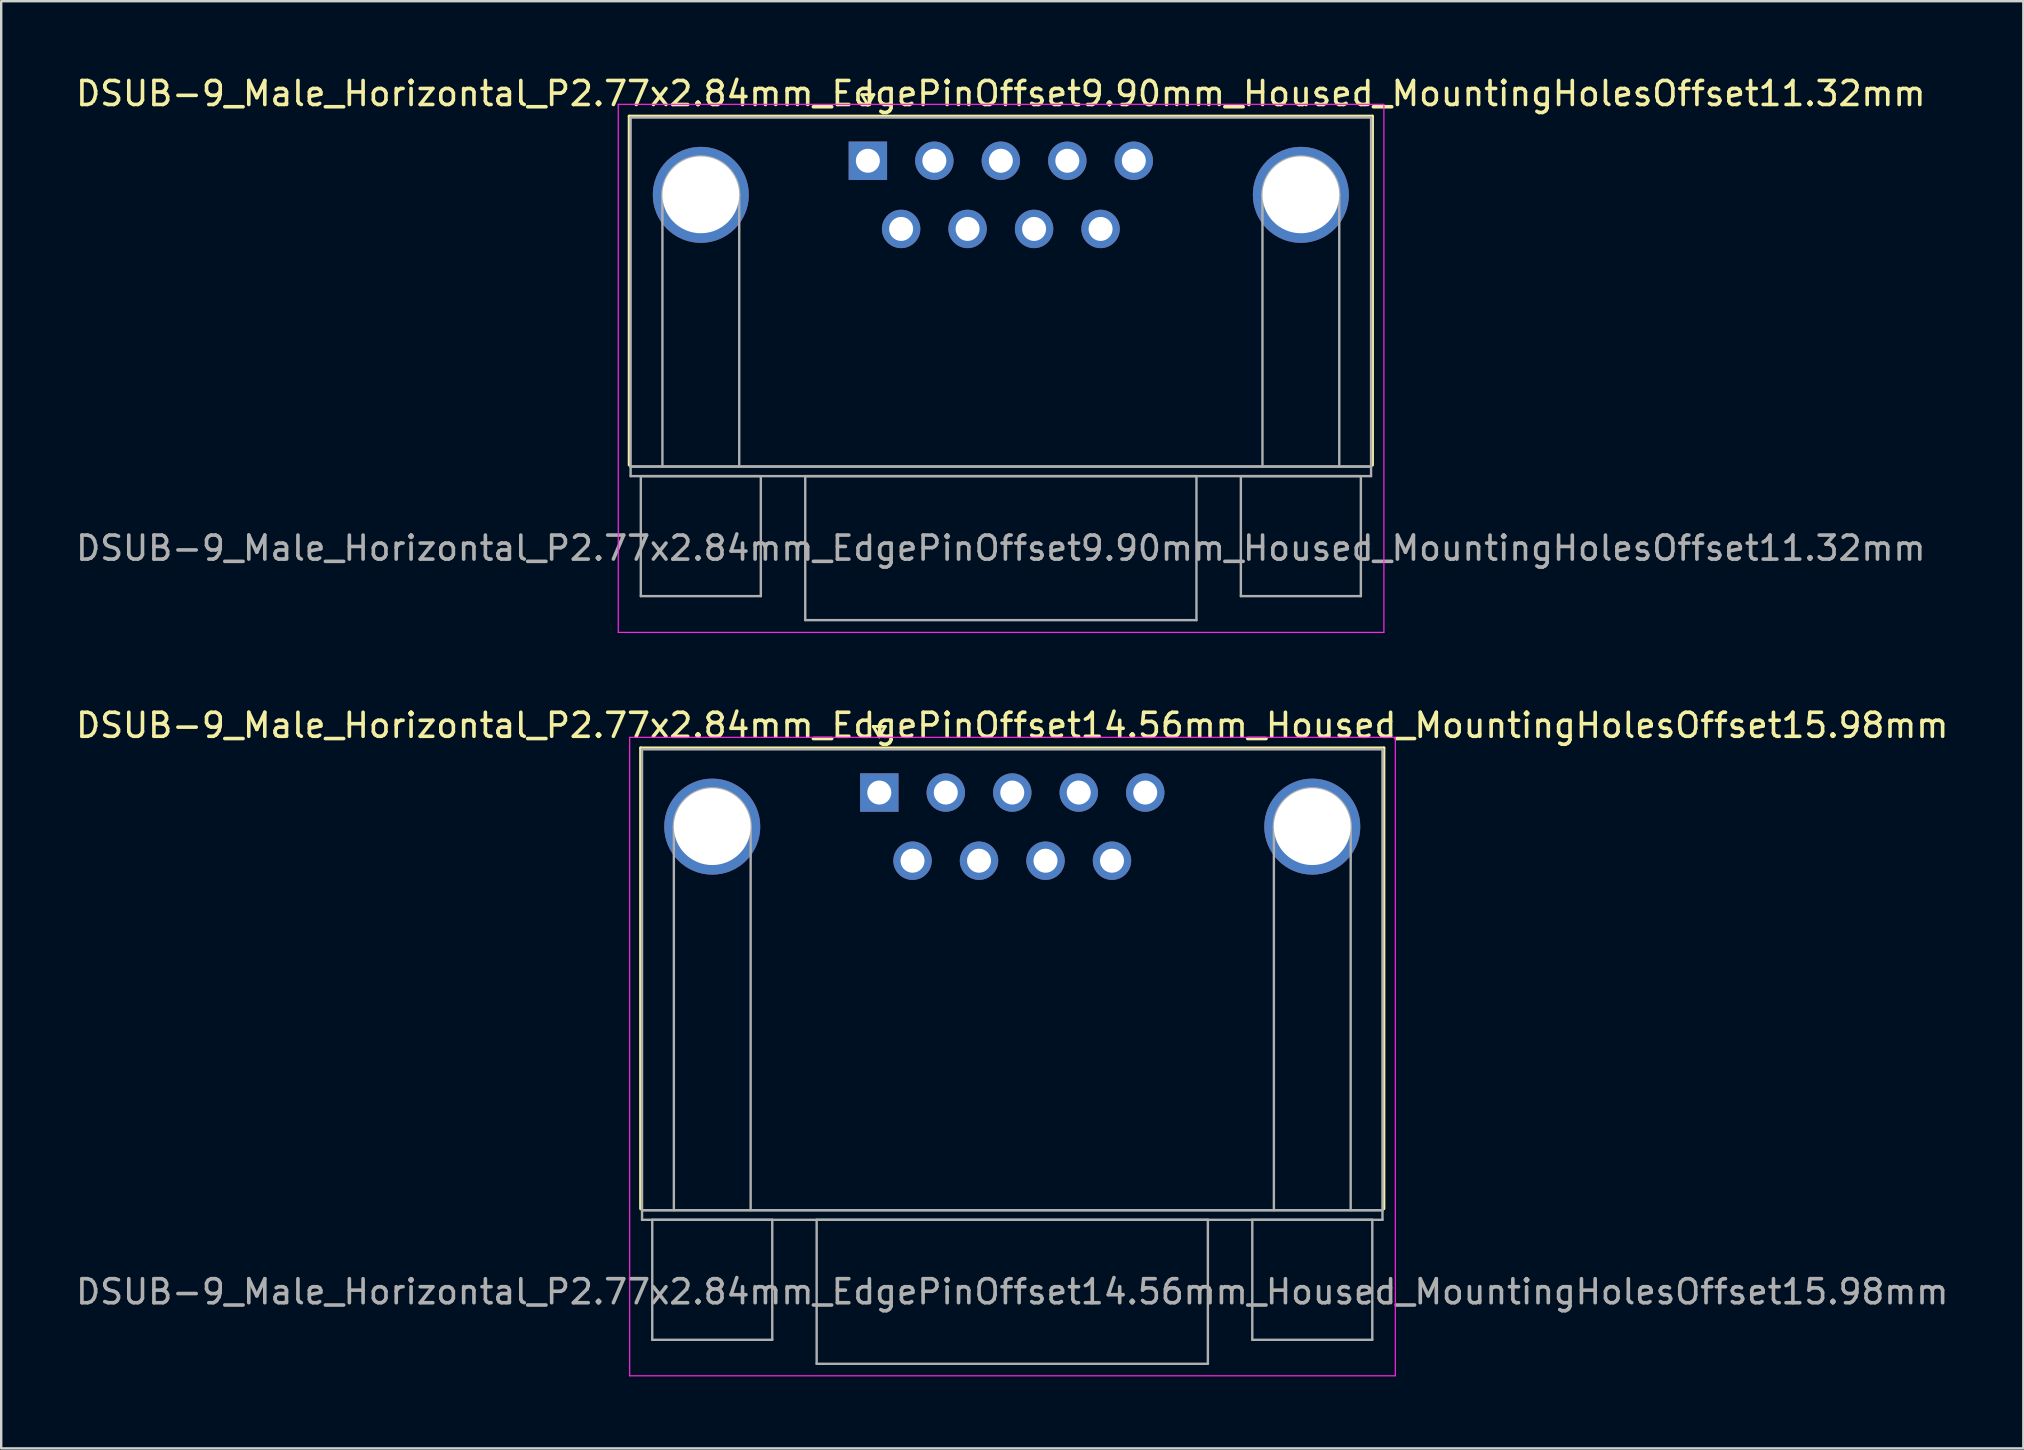
<source format=kicad_pcb>
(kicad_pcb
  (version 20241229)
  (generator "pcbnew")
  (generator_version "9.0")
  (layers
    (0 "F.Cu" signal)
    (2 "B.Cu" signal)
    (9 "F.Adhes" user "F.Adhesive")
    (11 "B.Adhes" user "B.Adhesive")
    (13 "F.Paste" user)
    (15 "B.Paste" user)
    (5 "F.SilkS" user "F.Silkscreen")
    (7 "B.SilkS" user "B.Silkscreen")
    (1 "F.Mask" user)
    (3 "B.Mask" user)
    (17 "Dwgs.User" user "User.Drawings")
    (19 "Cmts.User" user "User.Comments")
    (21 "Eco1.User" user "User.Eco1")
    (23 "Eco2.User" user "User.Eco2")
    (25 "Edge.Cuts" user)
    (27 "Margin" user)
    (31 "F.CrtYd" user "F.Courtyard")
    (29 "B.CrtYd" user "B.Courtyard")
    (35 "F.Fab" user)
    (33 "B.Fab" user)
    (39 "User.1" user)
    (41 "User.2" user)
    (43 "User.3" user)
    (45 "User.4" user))
  (footprint "DSUB-9_Male_Horizontal_P2.77x2.84mm_EdgePinOffset9.90mm_Housed_MountingHolesOffset11.32mm"
    (layer "F.Cu")
    (at 33.109 3.648)
    (property "Reference" "DSUB-9_Male_Horizontal_P2.77x2.84mm_EdgePinOffset9.90mm_Housed_MountingHolesOffset11.32mm" (at 5.54 -2.8 0) (layer "F.SilkS") (effects (font (size 1 1) (thickness 0.15))))
    (attr through_hole)
    (fp_line (start -9.945 -1.86) (end 21.025 -1.86) (stroke (width 0.12) (type solid)) (layer "F.SilkS"))
    (fp_line (start -9.945 12.68) (end -9.945 -1.86) (stroke (width 0.12) (type solid)) (layer "F.SilkS"))
    (fp_line (start -0.25 -2.754) (end 0.25 -2.754) (stroke (width 0.12) (type solid)) (layer "F.SilkS"))
    (fp_line (start 0 -2.321) (end -0.25 -2.754) (stroke (width 0.12) (type solid)) (layer "F.SilkS"))
    (fp_line (start 0.25 -2.754) (end 0 -2.321) (stroke (width 0.12) (type solid)) (layer "F.SilkS"))
    (fp_line (start 21.025 -1.86) (end 21.025 12.68) (stroke (width 0.12) (type solid)) (layer "F.SilkS"))
    (fp_line (start -10.4 -2.35) (end -10.4 19.65) (stroke (width 0.05) (type solid)) (layer "F.CrtYd"))
    (fp_line (start -10.4 19.65) (end 21.5 19.65) (stroke (width 0.05) (type solid)) (layer "F.CrtYd"))
    (fp_line (start 21.5 -2.35) (end -10.4 -2.35) (stroke (width 0.05) (type solid)) (layer "F.CrtYd"))
    (fp_line (start 21.5 19.65) (end 21.5 -2.35) (stroke (width 0.05) (type solid)) (layer "F.CrtYd"))
    (fp_line (start -9.885 -1.8) (end -9.885 12.74) (stroke (width 0.1) (type solid)) (layer "F.Fab"))
    (fp_line (start -9.885 12.74) (end -9.885 13.14) (stroke (width 0.1) (type solid)) (layer "F.Fab"))
    (fp_line (start -9.885 12.74) (end 20.965 12.74) (stroke (width 0.1) (type solid)) (layer "F.Fab"))
    (fp_line (start -9.885 13.14) (end 20.965 13.14) (stroke (width 0.1) (type solid)) (layer "F.Fab"))
    (fp_line (start -9.46 13.14) (end -9.46 18.14) (stroke (width 0.1) (type solid)) (layer "F.Fab"))
    (fp_line (start -9.46 18.14) (end -4.46 18.14) (stroke (width 0.1) (type solid)) (layer "F.Fab"))
    (fp_line (start -8.56 12.74) (end -8.56 1.42) (stroke (width 0.1) (type solid)) (layer "F.Fab"))
    (fp_line (start -5.36 12.74) (end -5.36 1.42) (stroke (width 0.1) (type solid)) (layer "F.Fab"))
    (fp_line (start -4.46 13.14) (end -9.46 13.14) (stroke (width 0.1) (type solid)) (layer "F.Fab"))
    (fp_line (start -4.46 18.14) (end -4.46 13.14) (stroke (width 0.1) (type solid)) (layer "F.Fab"))
    (fp_line (start -2.61 13.14) (end -2.61 19.14) (stroke (width 0.1) (type solid)) (layer "F.Fab"))
    (fp_line (start -2.61 19.14) (end 13.69 19.14) (stroke (width 0.1) (type solid)) (layer "F.Fab"))
    (fp_line (start 13.69 13.14) (end -2.61 13.14) (stroke (width 0.1) (type solid)) (layer "F.Fab"))
    (fp_line (start 13.69 19.14) (end 13.69 13.14) (stroke (width 0.1) (type solid)) (layer "F.Fab"))
    (fp_line (start 15.54 13.14) (end 15.54 18.14) (stroke (width 0.1) (type solid)) (layer "F.Fab"))
    (fp_line (start 15.54 18.14) (end 20.54 18.14) (stroke (width 0.1) (type solid)) (layer "F.Fab"))
    (fp_line (start 16.44 12.74) (end 16.44 1.42) (stroke (width 0.1) (type solid)) (layer "F.Fab"))
    (fp_line (start 19.64 12.74) (end 19.64 1.42) (stroke (width 0.1) (type solid)) (layer "F.Fab"))
    (fp_line (start 20.54 13.14) (end 15.54 13.14) (stroke (width 0.1) (type solid)) (layer "F.Fab"))
    (fp_line (start 20.54 18.14) (end 20.54 13.14) (stroke (width 0.1) (type solid)) (layer "F.Fab"))
    (fp_line (start 20.965 -1.8) (end -9.885 -1.8) (stroke (width 0.1) (type solid)) (layer "F.Fab"))
    (fp_line (start 20.965 12.74) (end -9.885 12.74) (stroke (width 0.1) (type solid)) (layer "F.Fab"))
    (fp_line (start 20.965 12.74) (end 20.965 -1.8) (stroke (width 0.1) (type solid)) (layer "F.Fab"))
    (fp_line (start 20.965 13.14) (end 20.965 12.74) (stroke (width 0.1) (type solid)) (layer "F.Fab"))
    (fp_arc (start -8.56 1.42) (mid -6.96 -0.18) (end -5.36 1.42) (stroke (width 0.1) (type solid)) (layer "F.Fab"))
    (fp_arc (start 16.44 1.42) (mid 18.04 -0.18) (end 19.64 1.42) (stroke (width 0.1) (type solid)) (layer "F.Fab"))
    (fp_text user "${REFERENCE}" (at 5.54 16.14 0) (layer "F.Fab") (effects (font (size 1 1) (thickness 0.15))))
    (pad "0" thru_hole circle (at -6.96 1.42) (size 4 4) (drill 3.2) (layers "*.Cu" "*.Mask"))
    (pad "0" thru_hole circle (at 18.04 1.42) (size 4 4) (drill 3.2) (layers "*.Cu" "*.Mask"))
    (pad "1" thru_hole rect (at 0 0) (size 1.6 1.6) (drill 1) (layers "*.Cu" "*.Mask"))
    (pad "2" thru_hole circle (at 2.77 0) (size 1.6 1.6) (drill 1) (layers "*.Cu" "*.Mask"))
    (pad "3" thru_hole circle (at 5.54 0) (size 1.6 1.6) (drill 1) (layers "*.Cu" "*.Mask"))
    (pad "4" thru_hole circle (at 8.31 0) (size 1.6 1.6) (drill 1) (layers "*.Cu" "*.Mask"))
    (pad "5" thru_hole circle (at 11.08 0) (size 1.6 1.6) (drill 1) (layers "*.Cu" "*.Mask"))
    (pad "6" thru_hole circle (at 1.385 2.84) (size 1.6 1.6) (drill 1) (layers "*.Cu" "*.Mask"))
    (pad "7" thru_hole circle (at 4.155 2.84) (size 1.6 1.6) (drill 1) (layers "*.Cu" "*.Mask"))
    (pad "8" thru_hole circle (at 6.925 2.84) (size 1.6 1.6) (drill 1) (layers "*.Cu" "*.Mask"))
    (pad "9" thru_hole circle (at 9.695 2.84) (size 1.6 1.6) (drill 1) (layers "*.Cu" "*.Mask")))
  (footprint "DSUB-9_Male_Horizontal_P2.77x2.84mm_EdgePinOffset14.56mm_Housed_MountingHolesOffset15.98mm"
    (layer "F.Cu")
    (at 33.585 29.971)
    (property "Reference" "DSUB-9_Male_Horizontal_P2.77x2.84mm_EdgePinOffset14.56mm_Housed_MountingHolesOffset15.98mm" (at 5.54 -2.8 0) (layer "F.SilkS") (effects (font (size 1 1) (thickness 0.15))))
    (attr through_hole)
    (fp_line (start -9.945 -1.86) (end 21.025 -1.86) (stroke (width 0.12) (type solid)) (layer "F.SilkS"))
    (fp_line (start -9.945 17.34) (end -9.945 -1.86) (stroke (width 0.12) (type solid)) (layer "F.SilkS"))
    (fp_line (start -0.25 -2.754) (end 0.25 -2.754) (stroke (width 0.12) (type solid)) (layer "F.SilkS"))
    (fp_line (start 0 -2.321) (end -0.25 -2.754) (stroke (width 0.12) (type solid)) (layer "F.SilkS"))
    (fp_line (start 0.25 -2.754) (end 0 -2.321) (stroke (width 0.12) (type solid)) (layer "F.SilkS"))
    (fp_line (start 21.025 -1.86) (end 21.025 17.34) (stroke (width 0.12) (type solid)) (layer "F.SilkS"))
    (fp_line (start -10.4 -2.3) (end -10.4 24.3) (stroke (width 0.05) (type solid)) (layer "F.CrtYd"))
    (fp_line (start -10.4 24.3) (end 21.5 24.3) (stroke (width 0.05) (type solid)) (layer "F.CrtYd"))
    (fp_line (start 21.5 -2.3) (end -10.4 -2.3) (stroke (width 0.05) (type solid)) (layer "F.CrtYd"))
    (fp_line (start 21.5 24.3) (end 21.5 -2.3) (stroke (width 0.05) (type solid)) (layer "F.CrtYd"))
    (fp_line (start -9.885 -1.8) (end -9.885 17.4) (stroke (width 0.1) (type solid)) (layer "F.Fab"))
    (fp_line (start -9.885 17.4) (end -9.885 17.8) (stroke (width 0.1) (type solid)) (layer "F.Fab"))
    (fp_line (start -9.885 17.4) (end 20.965 17.4) (stroke (width 0.1) (type solid)) (layer "F.Fab"))
    (fp_line (start -9.885 17.8) (end 20.965 17.8) (stroke (width 0.1) (type solid)) (layer "F.Fab"))
    (fp_line (start -9.46 17.8) (end -9.46 22.8) (stroke (width 0.1) (type solid)) (layer "F.Fab"))
    (fp_line (start -9.46 22.8) (end -4.46 22.8) (stroke (width 0.1) (type solid)) (layer "F.Fab"))
    (fp_line (start -8.56 17.4) (end -8.56 1.42) (stroke (width 0.1) (type solid)) (layer "F.Fab"))
    (fp_line (start -5.36 17.4) (end -5.36 1.42) (stroke (width 0.1) (type solid)) (layer "F.Fab"))
    (fp_line (start -4.46 17.8) (end -9.46 17.8) (stroke (width 0.1) (type solid)) (layer "F.Fab"))
    (fp_line (start -4.46 22.8) (end -4.46 17.8) (stroke (width 0.1) (type solid)) (layer "F.Fab"))
    (fp_line (start -2.61 17.8) (end -2.61 23.8) (stroke (width 0.1) (type solid)) (layer "F.Fab"))
    (fp_line (start -2.61 23.8) (end 13.69 23.8) (stroke (width 0.1) (type solid)) (layer "F.Fab"))
    (fp_line (start 13.69 17.8) (end -2.61 17.8) (stroke (width 0.1) (type solid)) (layer "F.Fab"))
    (fp_line (start 13.69 23.8) (end 13.69 17.8) (stroke (width 0.1) (type solid)) (layer "F.Fab"))
    (fp_line (start 15.54 17.8) (end 15.54 22.8) (stroke (width 0.1) (type solid)) (layer "F.Fab"))
    (fp_line (start 15.54 22.8) (end 20.54 22.8) (stroke (width 0.1) (type solid)) (layer "F.Fab"))
    (fp_line (start 16.44 17.4) (end 16.44 1.42) (stroke (width 0.1) (type solid)) (layer "F.Fab"))
    (fp_line (start 19.64 17.4) (end 19.64 1.42) (stroke (width 0.1) (type solid)) (layer "F.Fab"))
    (fp_line (start 20.54 17.8) (end 15.54 17.8) (stroke (width 0.1) (type solid)) (layer "F.Fab"))
    (fp_line (start 20.54 22.8) (end 20.54 17.8) (stroke (width 0.1) (type solid)) (layer "F.Fab"))
    (fp_line (start 20.965 -1.8) (end -9.885 -1.8) (stroke (width 0.1) (type solid)) (layer "F.Fab"))
    (fp_line (start 20.965 17.4) (end -9.885 17.4) (stroke (width 0.1) (type solid)) (layer "F.Fab"))
    (fp_line (start 20.965 17.4) (end 20.965 -1.8) (stroke (width 0.1) (type solid)) (layer "F.Fab"))
    (fp_line (start 20.965 17.8) (end 20.965 17.4) (stroke (width 0.1) (type solid)) (layer "F.Fab"))
    (fp_arc (start -8.56 1.42) (mid -6.96 -0.18) (end -5.36 1.42) (stroke (width 0.1) (type solid)) (layer "F.Fab"))
    (fp_arc (start 16.44 1.42) (mid 18.04 -0.18) (end 19.64 1.42) (stroke (width 0.1) (type solid)) (layer "F.Fab"))
    (fp_text user "${REFERENCE}" (at 5.54 20.8 0) (layer "F.Fab") (effects (font (size 1 1) (thickness 0.15))))
    (pad "0" thru_hole circle (at -6.96 1.42) (size 4 4) (drill 3.2) (layers "*.Cu" "*.Mask"))
    (pad "0" thru_hole circle (at 18.04 1.42) (size 4 4) (drill 3.2) (layers "*.Cu" "*.Mask"))
    (pad "1" thru_hole rect (at 0 0) (size 1.6 1.6) (drill 1) (layers "*.Cu" "*.Mask"))
    (pad "2" thru_hole circle (at 2.77 0) (size 1.6 1.6) (drill 1) (layers "*.Cu" "*.Mask"))
    (pad "3" thru_hole circle (at 5.54 0) (size 1.6 1.6) (drill 1) (layers "*.Cu" "*.Mask"))
    (pad "4" thru_hole circle (at 8.31 0) (size 1.6 1.6) (drill 1) (layers "*.Cu" "*.Mask"))
    (pad "5" thru_hole circle (at 11.08 0) (size 1.6 1.6) (drill 1) (layers "*.Cu" "*.Mask"))
    (pad "6" thru_hole circle (at 1.385 2.84) (size 1.6 1.6) (drill 1) (layers "*.Cu" "*.Mask"))
    (pad "7" thru_hole circle (at 4.155 2.84) (size 1.6 1.6) (drill 1) (layers "*.Cu" "*.Mask"))
    (pad "8" thru_hole circle (at 6.925 2.84) (size 1.6 1.6) (drill 1) (layers "*.Cu" "*.Mask"))
    (pad "9" thru_hole circle (at 9.695 2.84) (size 1.6 1.6) (drill 1) (layers "*.Cu" "*.Mask")))
  (gr_rect
    (start -3 -3)
    (end 81.25 57.297)
    (stroke (width 0.1) (type default))
    (fill no)
    (layer "Edge.Cuts")))
</source>
